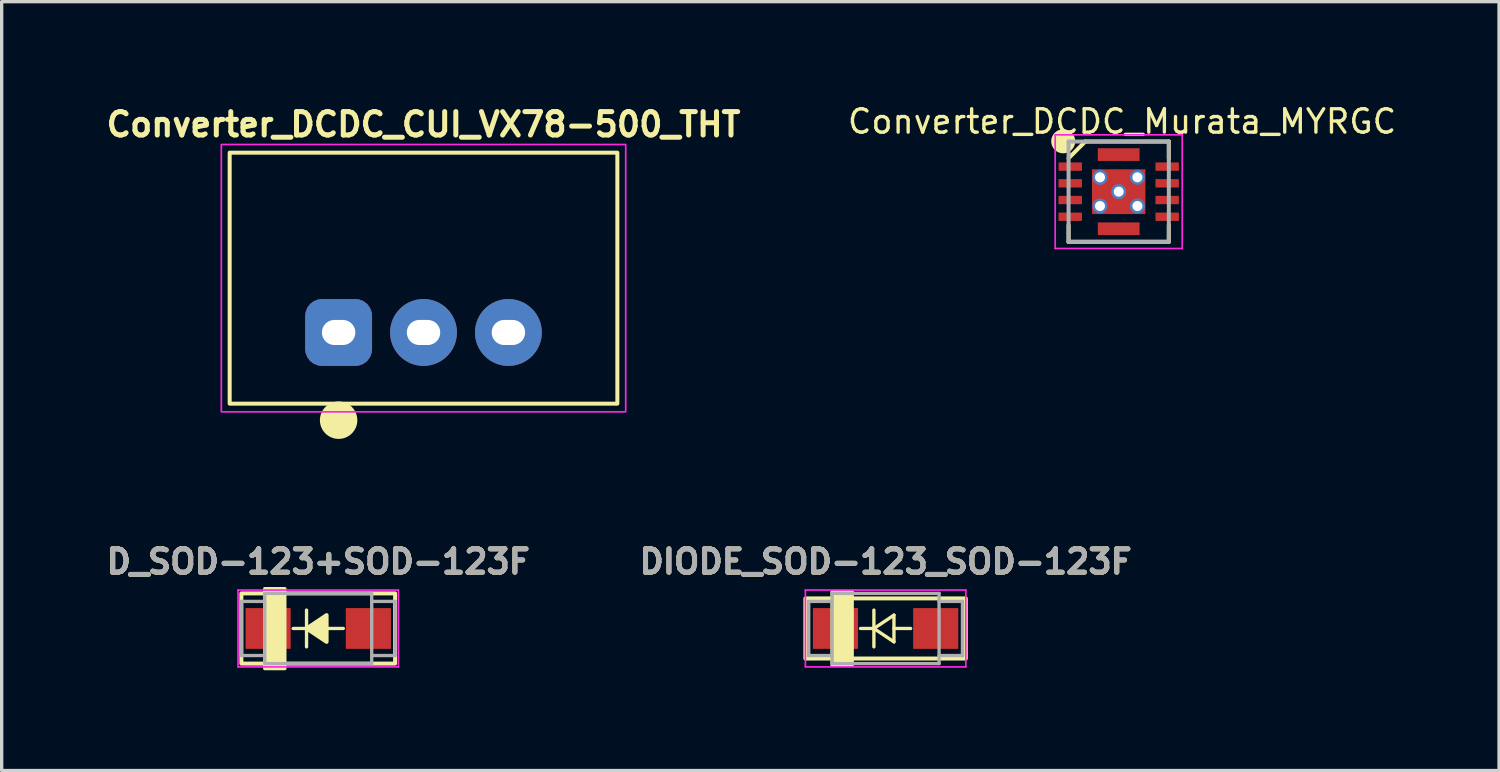
<source format=kicad_pcb>
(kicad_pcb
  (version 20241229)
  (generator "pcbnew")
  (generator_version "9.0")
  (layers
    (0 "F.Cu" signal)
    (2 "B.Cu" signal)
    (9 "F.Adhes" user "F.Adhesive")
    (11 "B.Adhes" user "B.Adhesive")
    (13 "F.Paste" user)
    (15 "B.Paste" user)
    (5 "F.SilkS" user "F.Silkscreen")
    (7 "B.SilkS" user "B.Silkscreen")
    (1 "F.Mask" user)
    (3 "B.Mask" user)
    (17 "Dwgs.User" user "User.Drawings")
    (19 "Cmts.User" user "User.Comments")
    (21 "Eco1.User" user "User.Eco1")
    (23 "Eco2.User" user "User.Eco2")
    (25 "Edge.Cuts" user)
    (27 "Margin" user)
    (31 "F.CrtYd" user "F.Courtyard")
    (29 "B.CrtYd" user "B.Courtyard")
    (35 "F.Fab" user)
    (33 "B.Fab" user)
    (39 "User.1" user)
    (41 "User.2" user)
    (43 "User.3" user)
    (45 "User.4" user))
  (footprint "Converter_DCDC_Murata_MYRGC"
    (layer "F.Cu")
    (at 30.423 2.685)
    (property "Reference" "Converter_DCDC_Murata_MYRGC" (at 0.1 -2.1 0) (layer "F.SilkS") (effects (font (size 0.7 0.7) (thickness 0.1))))
    (attr smd)
    (fp_line (start -1.5 -1) (end -1 -1.5) (stroke (width 0.12) (type solid)) (layer "F.SilkS"))
    (fp_line (start -1.5 1) (end -1.5 1.5) (stroke (width 0.12) (type solid)) (layer "F.SilkS"))
    (fp_line (start -1.5 1.5) (end 1.5 1.5) (stroke (width 0.12) (type solid)) (layer "F.SilkS"))
    (fp_line (start -1 -1.5) (end 1.5 -1.5) (stroke (width 0.12) (type solid)) (layer "F.SilkS"))
    (fp_line (start 1.5 -1.5) (end 1.5 -1) (stroke (width 0.12) (type solid)) (layer "F.SilkS"))
    (fp_line (start 1.5 1.5) (end 1.5 1) (stroke (width 0.12) (type solid)) (layer "F.SilkS"))
    (fp_circle (center -1.66 -1.507) (end -1.36 -1.507) (stroke (width 0.12) (type solid)) (fill yes) (layer "F.SilkS"))
    (fp_poly (pts (xy -0.6 -0.1) (xy -0.6 -0.5) (xy -0.1 -0.5) (xy -0.1 -0.1)) (stroke (width 0.1) (type solid)) (fill yes) (layer "F.Paste"))
    (fp_poly (pts (xy -0.6 0.5) (xy -0.6 0.1) (xy -0.1 0.1) (xy -0.1 0.5)) (stroke (width 0.1) (type solid)) (fill yes) (layer "F.Paste"))
    (fp_poly (pts (xy 0.1 -0.1) (xy 0.1 -0.5) (xy 0.6 -0.5) (xy 0.6 -0.1)) (stroke (width 0.1) (type solid)) (fill yes) (layer "F.Paste"))
    (fp_poly (pts (xy 0.1 0.5) (xy 0.1 0.1) (xy 0.6 0.1) (xy 0.6 0.5)) (stroke (width 0.1) (type solid)) (fill yes) (layer "F.Paste"))
    (fp_line (start -1.9 -1.7) (end -1.9 1.7) (stroke (width 0.05) (type solid)) (layer "F.CrtYd"))
    (fp_line (start -1.9 1.7) (end 1.9 1.7) (stroke (width 0.05) (type solid)) (layer "F.CrtYd"))
    (fp_line (start 1.9 -1.7) (end -1.9 -1.7) (stroke (width 0.05) (type solid)) (layer "F.CrtYd"))
    (fp_line (start 1.9 1.7) (end 1.9 -1.7) (stroke (width 0.05) (type solid)) (layer "F.CrtYd"))
    (fp_line (start -1.5 -1.5) (end 1.5 -1.5) (stroke (width 0.12) (type solid)) (layer "F.Fab"))
    (fp_line (start -1.5 1.5) (end -1.5 -1.5) (stroke (width 0.12) (type solid)) (layer "F.Fab"))
    (fp_line (start 1.5 -1.5) (end 1.5 1.5) (stroke (width 0.12) (type solid)) (layer "F.Fab"))
    (fp_line (start 1.5 1.5) (end -1.5 1.5) (stroke (width 0.12) (type solid)) (layer "F.Fab"))
    (pad "1" smd rect (at -1.45 -0.75 270) (size 0.25 0.7) (layers "F.Cu" "F.Mask" "F.Paste"))
    (pad "2" smd rect (at -1.45 -0.25 270) (size 0.25 0.7) (layers "F.Cu" "F.Mask" "F.Paste"))
    (pad "2" thru_hole circle (at -0.56 -0.43 90) (size 0.45 0.45) (drill 0.3) (layers "*.Cu" "*.Mask"))
    (pad "2" thru_hole circle (at -0.56 0.43 90) (size 0.45 0.45) (drill 0.3) (layers "*.Cu" "*.Mask"))
    (pad "2" thru_hole circle (at 0 0 90) (size 0.45 0.45) (drill 0.3) (layers "*.Cu" "*.Mask"))
    (pad "2" smd rect (at 0 0 270) (size 1.34 1.6) (layers "F.Cu" "F.Mask"))
    (pad "2" thru_hole circle (at 0.56 -0.43 90) (size 0.45 0.45) (drill 0.3) (layers "*.Cu" "*.Mask"))
    (pad "2" thru_hole circle (at 0.56 0.43 90) (size 0.45 0.45) (drill 0.3) (layers "*.Cu" "*.Mask"))
    (pad "3" smd rect (at -1.45 0.25 270) (size 0.25 0.7) (layers "F.Cu" "F.Mask" "F.Paste"))
    (pad "4" smd rect (at -1.45 0.75 270) (size 0.25 0.7) (layers "F.Cu" "F.Mask" "F.Paste"))
    (pad "5" smd rect (at 1.45 0.75 270) (size 0.25 0.7) (layers "F.Cu" "F.Mask" "F.Paste"))
    (pad "6" smd rect (at 1.45 0.25 270) (size 0.25 0.7) (layers "F.Cu" "F.Mask" "F.Paste"))
    (pad "7" smd rect (at 1.45 -0.25 270) (size 0.25 0.7) (layers "F.Cu" "F.Mask" "F.Paste"))
    (pad "8" smd rect (at 1.45 -0.75 270) (size 0.25 0.7) (layers "F.Cu" "F.Mask" "F.Paste"))
    (pad "9" smd rect (at 0 -1.11 270) (size 0.38 1.25) (layers "F.Cu" "F.Mask" "F.Paste"))
    (pad "10" smd rect (at 0 1.11 270) (size 0.38 1.25) (layers "F.Cu" "F.Mask" "F.Paste")))
  (footprint "DIODE_SOD-123_SOD-123F"
    (layer "F.Cu")
    (at 23.448 15.755)
    (property "Reference" "DIODE_SOD-123_SOD-123F" (at 0 -2 180) (layer "F.SilkS") (effects (font (size 0.7 0.7) (thickness 0.15))))
    (attr smd)
    (fp_line (start -0.75 0) (end -0.35 0) (stroke (width 0.1) (type solid)) (layer "F.SilkS"))
    (fp_line (start -0.35 0) (end -0.35 -0.55) (stroke (width 0.1) (type solid)) (layer "F.SilkS"))
    (fp_line (start -0.35 0) (end -0.35 0.55) (stroke (width 0.1) (type solid)) (layer "F.SilkS"))
    (fp_line (start -0.35 0) (end 0.25 -0.4) (stroke (width 0.1) (type solid)) (layer "F.SilkS"))
    (fp_line (start 0.25 -0.4) (end 0.25 0.4) (stroke (width 0.1) (type solid)) (layer "F.SilkS"))
    (fp_line (start 0.25 0) (end 0.75 0) (stroke (width 0.1) (type solid)) (layer "F.SilkS"))
    (fp_line (start 0.25 0.4) (end -0.35 0) (stroke (width 0.1) (type solid)) (layer "F.SilkS"))
    (fp_rect (start -2.4 -0.9) (end 2.4 0.9) (stroke (width 0.12) (type solid)) (fill no) (layer "F.SilkS"))
    (fp_poly (pts (xy -1 1.1) (xy -1.6 1.1) (xy -1.6 -1.1) (xy -1 -1.1)) (stroke (width 0.1) (type solid)) (fill yes) (layer "F.SilkS"))
    (fp_line (start -2 -0.6) (end -2 0.6) (stroke (width 0.05) (type solid)) (layer "Eco1.User"))
    (fp_line (start -0.8 -0.6) (end -2 -0.6) (stroke (width 0.05) (type solid)) (layer "Eco1.User"))
    (fp_line (start -0.8 0.6) (end -2 0.6) (stroke (width 0.05) (type solid)) (layer "Eco1.User"))
    (fp_line (start -0.8 0.6) (end -0.8 -0.6) (stroke (width 0.05) (type solid)) (layer "Eco1.User"))
    (fp_line (start 0.8 -0.6) (end 2 -0.6) (stroke (width 0.05) (type solid)) (layer "Eco1.User"))
    (fp_line (start 0.8 0.6) (end 0.8 -0.6) (stroke (width 0.05) (type solid)) (layer "Eco1.User"))
    (fp_line (start 0.8 0.6) (end 0.8 -0.6) (stroke (width 0.05) (type solid)) (layer "Eco1.User"))
    (fp_line (start 0.8 0.6) (end 2 0.6) (stroke (width 0.05) (type solid)) (layer "Eco1.User"))
    (fp_line (start 2 -0.6) (end 2 0.6) (stroke (width 0.05) (type solid)) (layer "Eco1.User"))
    (fp_line (start -2.4 -1.15) (end -2.4 1.15) (stroke (width 0.05) (type solid)) (layer "F.CrtYd"))
    (fp_line (start -2.4 -1.15) (end 2.4 -1.15) (stroke (width 0.05) (type solid)) (layer "F.CrtYd"))
    (fp_line (start 2.4 -1.15) (end 2.4 1.15) (stroke (width 0.05) (type solid)) (layer "F.CrtYd"))
    (fp_line (start 2.4 1.15) (end -2.4 1.15) (stroke (width 0.05) (type solid)) (layer "F.CrtYd"))
    (fp_line (start -2.3 -0.81) (end -2.3 0.81) (stroke (width 0.1) (type solid)) (layer "F.Fab"))
    (fp_line (start -1.6 -1.05) (end 1.6 -1.05) (stroke (width 0.1) (type solid)) (layer "F.Fab"))
    (fp_line (start -1.6 -0.81) (end -2.3 -0.81) (stroke (width 0.1) (type solid)) (layer "F.Fab"))
    (fp_line (start -1.6 0.81) (end -2.3 0.81) (stroke (width 0.1) (type solid)) (layer "F.Fab"))
    (fp_line (start -1.6 1.05) (end -1.6 -1.05) (stroke (width 0.1) (type solid)) (layer "F.Fab"))
    (fp_line (start 1.6 -1.05) (end 1.6 1.05) (stroke (width 0.1) (type solid)) (layer "F.Fab"))
    (fp_line (start 1.6 -0.81) (end 2.3 -0.81) (stroke (width 0.1) (type solid)) (layer "F.Fab"))
    (fp_line (start 1.6 0.81) (end 2.3 0.81) (stroke (width 0.1) (type solid)) (layer "F.Fab"))
    (fp_line (start 1.6 1.05) (end -1.6 1.05) (stroke (width 0.1) (type solid)) (layer "F.Fab"))
    (fp_line (start 2.3 -0.81) (end 2.3 0.81) (stroke (width 0.1) (type solid)) (layer "F.Fab"))
    (fp_text user "${REFERENCE}" (at 0 -2 180) (layer "F.Fab") (effects (font (size 0.7 0.7) (thickness 0.15))))
    (pad "1" smd rect (at -1.5 0) (size 1.35 1.22) (layers "F.Cu" "F.Mask" "F.Paste"))
    (pad "2" smd rect (at 1.5 0) (size 1.35 1.22) (layers "F.Cu" "F.Mask" "F.Paste")))
  (footprint "D_SOD-123+SOD-123F"
    (layer "F.Cu")
    (at 6.472 15.755)
    (property "Reference" "D_SOD-123+SOD-123F" (at 0 -2 180) (layer "F.SilkS") (effects (font (size 0.7 0.7) (thickness 0.15))))
    (attr smd)
    (fp_line (start -0.75 0) (end -0.35 0) (stroke (width 0.1) (type solid)) (layer "F.SilkS"))
    (fp_line (start -0.35 0) (end -0.35 -0.55) (stroke (width 0.1) (type solid)) (layer "F.SilkS"))
    (fp_line (start -0.35 0) (end -0.35 0.55) (stroke (width 0.1) (type solid)) (layer "F.SilkS"))
    (fp_line (start 0.25 0) (end 0.75 0) (stroke (width 0.1) (type solid)) (layer "F.SilkS"))
    (fp_rect (start -2.3 -1.05) (end 2.3 1.05) (stroke (width 0.12) (type solid)) (fill no) (layer "F.SilkS"))
    (fp_poly (pts (xy 0.25 0.4) (xy -0.35 0) (xy 0.25 -0.4)) (stroke (width 0.12) (type solid)) (fill yes) (layer "F.SilkS"))
    (fp_poly (pts (xy -1 1.2) (xy -1.6 1.2) (xy -1.6 -1.192) (xy -1 -1.192)) (stroke (width 0.1) (type solid)) (fill yes) (layer "F.SilkS"))
    (fp_line (start -2 -0.6) (end -2 0.6) (stroke (width 0.05) (type solid)) (layer "Eco1.User"))
    (fp_line (start -0.8 -0.6) (end -2 -0.6) (stroke (width 0.05) (type solid)) (layer "Eco1.User"))
    (fp_line (start -0.8 0.6) (end -2 0.6) (stroke (width 0.05) (type solid)) (layer "Eco1.User"))
    (fp_line (start -0.8 0.6) (end -0.8 -0.6) (stroke (width 0.05) (type solid)) (layer "Eco1.User"))
    (fp_line (start 0.8 -0.6) (end 2 -0.6) (stroke (width 0.05) (type solid)) (layer "Eco1.User"))
    (fp_line (start 0.8 0.6) (end 0.8 -0.6) (stroke (width 0.05) (type solid)) (layer "Eco1.User"))
    (fp_line (start 0.8 0.6) (end 0.8 -0.6) (stroke (width 0.05) (type solid)) (layer "Eco1.User"))
    (fp_line (start 0.8 0.6) (end 2 0.6) (stroke (width 0.05) (type solid)) (layer "Eco1.User"))
    (fp_line (start 2 -0.6) (end 2 0.6) (stroke (width 0.05) (type solid)) (layer "Eco1.User"))
    (fp_line (start -2.4 -1.15) (end -2.4 1.15) (stroke (width 0.05) (type solid)) (layer "F.CrtYd"))
    (fp_line (start -2.4 -1.15) (end 2.4 -1.15) (stroke (width 0.05) (type solid)) (layer "F.CrtYd"))
    (fp_line (start 2.4 -1.15) (end 2.4 1.15) (stroke (width 0.05) (type solid)) (layer "F.CrtYd"))
    (fp_line (start 2.4 1.15) (end -2.4 1.15) (stroke (width 0.05) (type solid)) (layer "F.CrtYd"))
    (fp_line (start -2.3 -0.81) (end -2.3 0.81) (stroke (width 0.1) (type solid)) (layer "F.Fab"))
    (fp_line (start -1.6 -1.05) (end 1.6 -1.05) (stroke (width 0.1) (type solid)) (layer "F.Fab"))
    (fp_line (start -1.6 -0.81) (end -2.3 -0.81) (stroke (width 0.1) (type solid)) (layer "F.Fab"))
    (fp_line (start -1.6 0.81) (end -2.3 0.81) (stroke (width 0.1) (type solid)) (layer "F.Fab"))
    (fp_line (start -1.6 1.05) (end -1.6 -1.05) (stroke (width 0.1) (type solid)) (layer "F.Fab"))
    (fp_line (start 1.6 -1.05) (end 1.6 1.05) (stroke (width 0.1) (type solid)) (layer "F.Fab"))
    (fp_line (start 1.6 -0.81) (end 2.3 -0.81) (stroke (width 0.1) (type solid)) (layer "F.Fab"))
    (fp_line (start 1.6 0.81) (end 2.3 0.81) (stroke (width 0.1) (type solid)) (layer "F.Fab"))
    (fp_line (start 1.6 1.05) (end -1.6 1.05) (stroke (width 0.1) (type solid)) (layer "F.Fab"))
    (fp_line (start 2.3 -0.81) (end 2.3 0.81) (stroke (width 0.1) (type solid)) (layer "F.Fab"))
    (fp_text user "${REFERENCE}" (at 0 -2 180) (layer "F.Fab") (effects (font (size 0.7 0.7) (thickness 0.15))))
    (pad "1" smd rect (at -1.5 0) (size 1.35 1.22) (layers "F.Cu" "F.Mask" "F.Paste"))
    (pad "2" smd rect (at 1.5 0) (size 1.35 1.22) (layers "F.Cu" "F.Mask" "F.Paste")))
  (footprint "Converter_DCDC_CUI_VX78-500_THT"
    (layer "F.Cu")
    (at 7.082 6.898)
    (property "Reference" "Converter_DCDC_CUI_VX78-500_THT" (at 2.54 -6.225 0) (unlocked yes) (layer "F.SilkS") (effects (font (size 0.7 0.7) (thickness 0.15))))
    (attr through_hole)
    (fp_rect (start -3.26 -5.38) (end 8.34 2.13) (stroke (width 0.12) (type solid)) (fill no) (layer "F.SilkS"))
    (fp_circle (center 0 2.625) (end 0.5 2.625) (stroke (width 0.12) (type solid)) (fill yes) (layer "F.SilkS"))
    (fp_rect (start -3.51 -5.625) (end 8.59 2.375) (stroke (width 0.05) (type solid)) (fill no) (layer "F.CrtYd"))
    (pad "1" thru_hole roundrect (at 0 0) (size 2 2) (drill oval 1 0.75) (layers "*.Cu" "*.Mask") (roundrect_rratio 0.25))
    (pad "2" thru_hole circle (at 2.54 0) (size 2 2) (drill oval 1 0.75) (layers "*.Cu" "*.Mask"))
    (pad "3" thru_hole circle (at 5.08 0) (size 2 2) (drill oval 1 0.75) (layers "*.Cu" "*.Mask")))
  (gr_rect
    (start -3 -3)
    (end 41.803 20.006)
    (stroke (width 0.1) (type default))
    (fill no)
    (layer "Edge.Cuts")))
</source>
